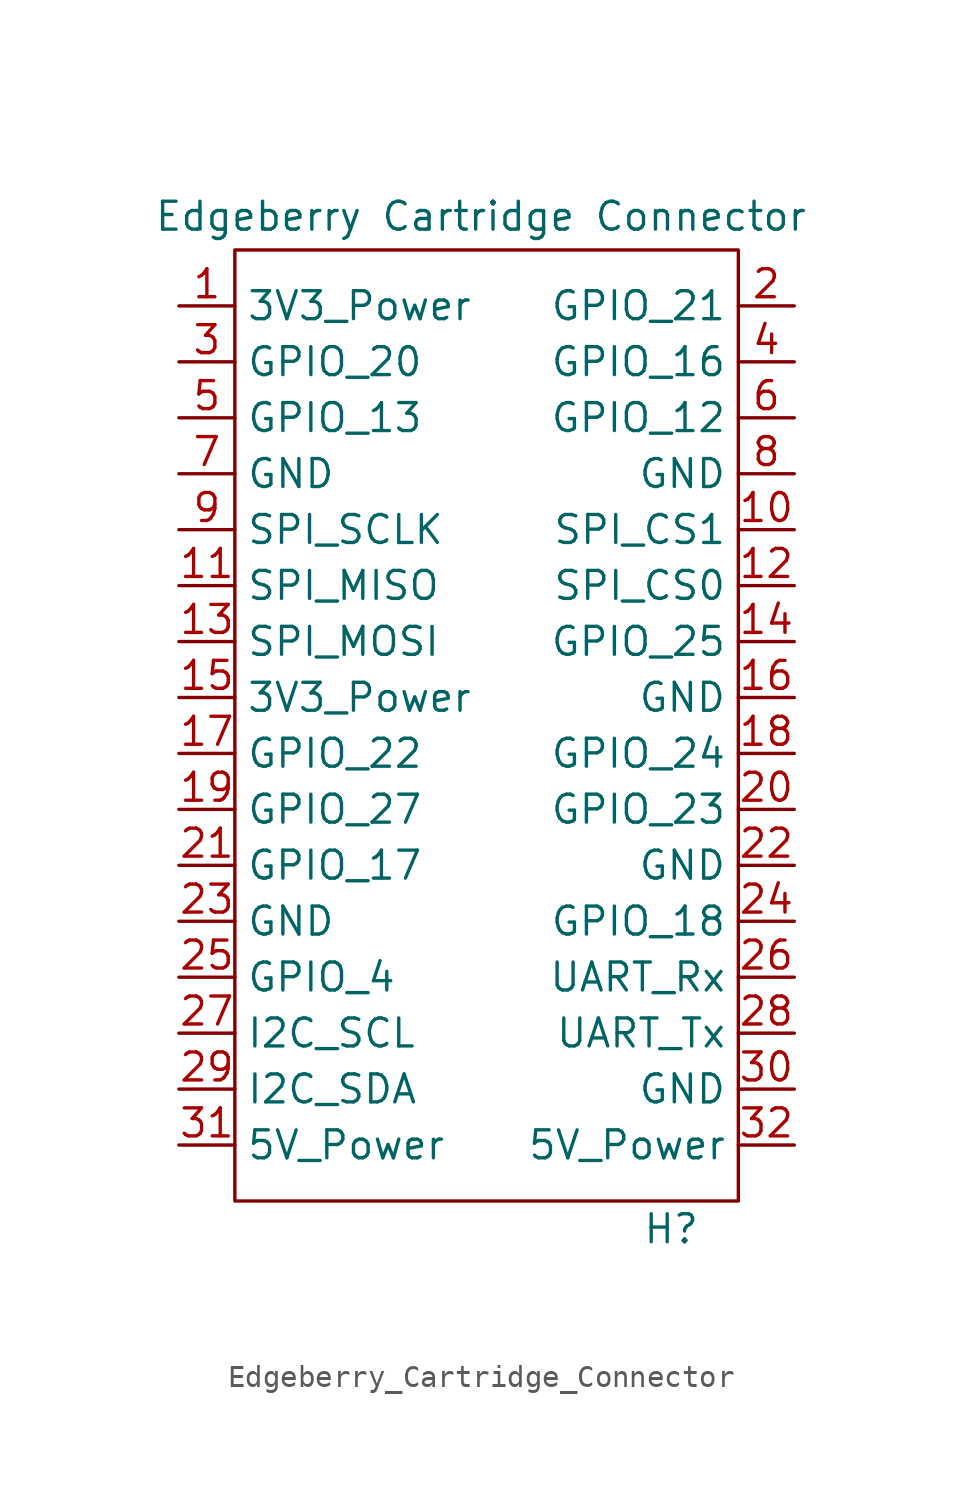
<source format=kicad_sym>
(kicad_symbol_lib
  (version 20231120)
  (generator "kicad_symbol_editor")
  (generator_version "8.0")
  (symbol "Edgeberry_Cartridge_Connector"
    (property "Reference" "H"
      (at 8.382 -24.13 0)
      (do_not_autoplace)
      (effects (font (size 1.27 1.27))))
    (property "Value" "Edgeberry Cartridge Connector"
      (at -0.254 21.844 0)
      (do_not_autoplace)
      (effects (font (size 1.27 1.27))))
    (symbol "Edgeberry_Cartridge_Connector_0_1"
      (polyline (pts (xy -11.43 20.32) (xy 11.43 20.32) (xy 11.43 -22.86) (xy -11.43 -22.86) (xy -11.43 20.32)) (stroke (width 0) (type default)) (fill (type none))))
    (symbol "Edgeberry_Cartridge_Connector_1_1"
      (pin output line (at -13.97 17.78 0) (length 2.54) (name "3V3_Power" (effects (font (size 1.27 1.27)))) (number "1" (effects (font (size 1.27 1.27)))))
      (pin output line (at 13.97 7.62 180) (length 2.54) (name "SPI_CS1" (effects (font (size 1.27 1.27)))) (number "10" (effects (font (size 1.27 1.27)))))
      (pin input line (at -13.97 5.08 0) (length 2.54) (name "SPI_MISO" (effects (font (size 1.27 1.27)))) (number "11" (effects (font (size 1.27 1.27)))))
      (pin output line (at 13.97 5.08 180) (length 2.54) (name "SPI_CS0" (effects (font (size 1.27 1.27)))) (number "12" (effects (font (size 1.27 1.27)))))
      (pin output line (at -13.97 2.54 0) (length 2.54) (name "SPI_MOSI" (effects (font (size 1.27 1.27)))) (number "13" (effects (font (size 1.27 1.27)))))
      (pin bidirectional line (at 13.97 2.54 180) (length 2.54) (name "GPIO_25" (effects (font (size 1.27 1.27)))) (number "14" (effects (font (size 1.27 1.27)))))
      (pin output line (at -13.97 0 0) (length 2.54) (name "3V3_Power" (effects (font (size 1.27 1.27)))) (number "15" (effects (font (size 1.27 1.27)))))
      (pin bidirectional line (at 13.97 0 180) (length 2.54) (name "GND" (effects (font (size 1.27 1.27)))) (number "16" (effects (font (size 1.27 1.27)))))
      (pin bidirectional line (at -13.97 -2.54 0) (length 2.54) (name "GPIO_22" (effects (font (size 1.27 1.27)))) (number "17" (effects (font (size 1.27 1.27)))))
      (pin bidirectional line (at 13.97 -2.54 180) (length 2.54) (name "GPIO_24" (effects (font (size 1.27 1.27)))) (number "18" (effects (font (size 1.27 1.27)))))
      (pin bidirectional line (at -13.97 -5.08 0) (length 2.54) (name "GPIO_27" (effects (font (size 1.27 1.27)))) (number "19" (effects (font (size 1.27 1.27)))))
      (pin bidirectional line (at 13.97 17.78 180) (length 2.54) (name "GPIO_21" (effects (font (size 1.27 1.27)))) (number "2" (effects (font (size 1.27 1.27)))))
      (pin bidirectional line (at 13.97 -5.08 180) (length 2.54) (name "GPIO_23" (effects (font (size 1.27 1.27)))) (number "20" (effects (font (size 1.27 1.27)))))
      (pin bidirectional line (at -13.97 -7.62 0) (length 2.54) (name "GPIO_17" (effects (font (size 1.27 1.27)))) (number "21" (effects (font (size 1.27 1.27)))))
      (pin output line (at 13.97 -7.62 180) (length 2.54) (name "GND" (effects (font (size 1.27 1.27)))) (number "22" (effects (font (size 1.27 1.27)))))
      (pin output line (at -13.97 -10.16 0) (length 2.54) (name "GND" (effects (font (size 1.27 1.27)))) (number "23" (effects (font (size 1.27 1.27)))))
      (pin bidirectional line (at 13.97 -10.16 180) (length 2.54) (name "GPIO_18" (effects (font (size 1.27 1.27)))) (number "24" (effects (font (size 1.27 1.27)))))
      (pin bidirectional line (at -13.97 -12.7 0) (length 2.54) (name "GPIO_4" (effects (font (size 1.27 1.27)))) (number "25" (effects (font (size 1.27 1.27)))))
      (pin input line (at 13.97 -12.7 180) (length 2.54) (name "UART_Rx" (effects (font (size 1.27 1.27)))) (number "26" (effects (font (size 1.27 1.27)))))
      (pin output line (at -13.97 -15.24 0) (length 2.54) (name "I2C_SCL" (effects (font (size 1.27 1.27)))) (number "27" (effects (font (size 1.27 1.27)))))
      (pin output line (at 13.97 -15.24 180) (length 2.54) (name "UART_Tx" (effects (font (size 1.27 1.27)))) (number "28" (effects (font (size 1.27 1.27)))))
      (pin bidirectional line (at -13.97 -17.78 0) (length 2.54) (name "I2C_SDA" (effects (font (size 1.27 1.27)))) (number "29" (effects (font (size 1.27 1.27)))))
      (pin bidirectional line (at -13.97 15.24 0) (length 2.54) (name "GPIO_20" (effects (font (size 1.27 1.27)))) (number "3" (effects (font (size 1.27 1.27)))))
      (pin output line (at 13.97 -17.78 180) (length 2.54) (name "GND" (effects (font (size 1.27 1.27)))) (number "30" (effects (font (size 1.27 1.27)))))
      (pin output line (at -13.97 -20.32 0) (length 2.54) (name "5V_Power" (effects (font (size 1.27 1.27)))) (number "31" (effects (font (size 1.27 1.27)))))
      (pin output line (at 13.97 -20.32 180) (length 2.54) (name "5V_Power" (effects (font (size 1.27 1.27)))) (number "32" (effects (font (size 1.27 1.27)))))
      (pin bidirectional line (at 13.97 15.24 180) (length 2.54) (name "GPIO_16" (effects (font (size 1.27 1.27)))) (number "4" (effects (font (size 1.27 1.27)))))
      (pin bidirectional line (at -13.97 12.7 0) (length 2.54) (name "GPIO_13" (effects (font (size 1.27 1.27)))) (number "5" (effects (font (size 1.27 1.27)))))
      (pin bidirectional line (at 13.97 12.7 180) (length 2.54) (name "GPIO_12" (effects (font (size 1.27 1.27)))) (number "6" (effects (font (size 1.27 1.27)))))
      (pin output line (at -13.97 10.16 0) (length 2.54) (name "GND" (effects (font (size 1.27 1.27)))) (number "7" (effects (font (size 1.27 1.27)))))
      (pin output line (at 13.97 10.16 180) (length 2.54) (name "GND" (effects (font (size 1.27 1.27)))) (number "8" (effects (font (size 1.27 1.27)))))
      (pin output line (at -13.97 7.62 0) (length 2.54) (name "SPI_SCLK" (effects (font (size 1.27 1.27)))) (number "9" (effects (font (size 1.27 1.27))))))))
</source>
